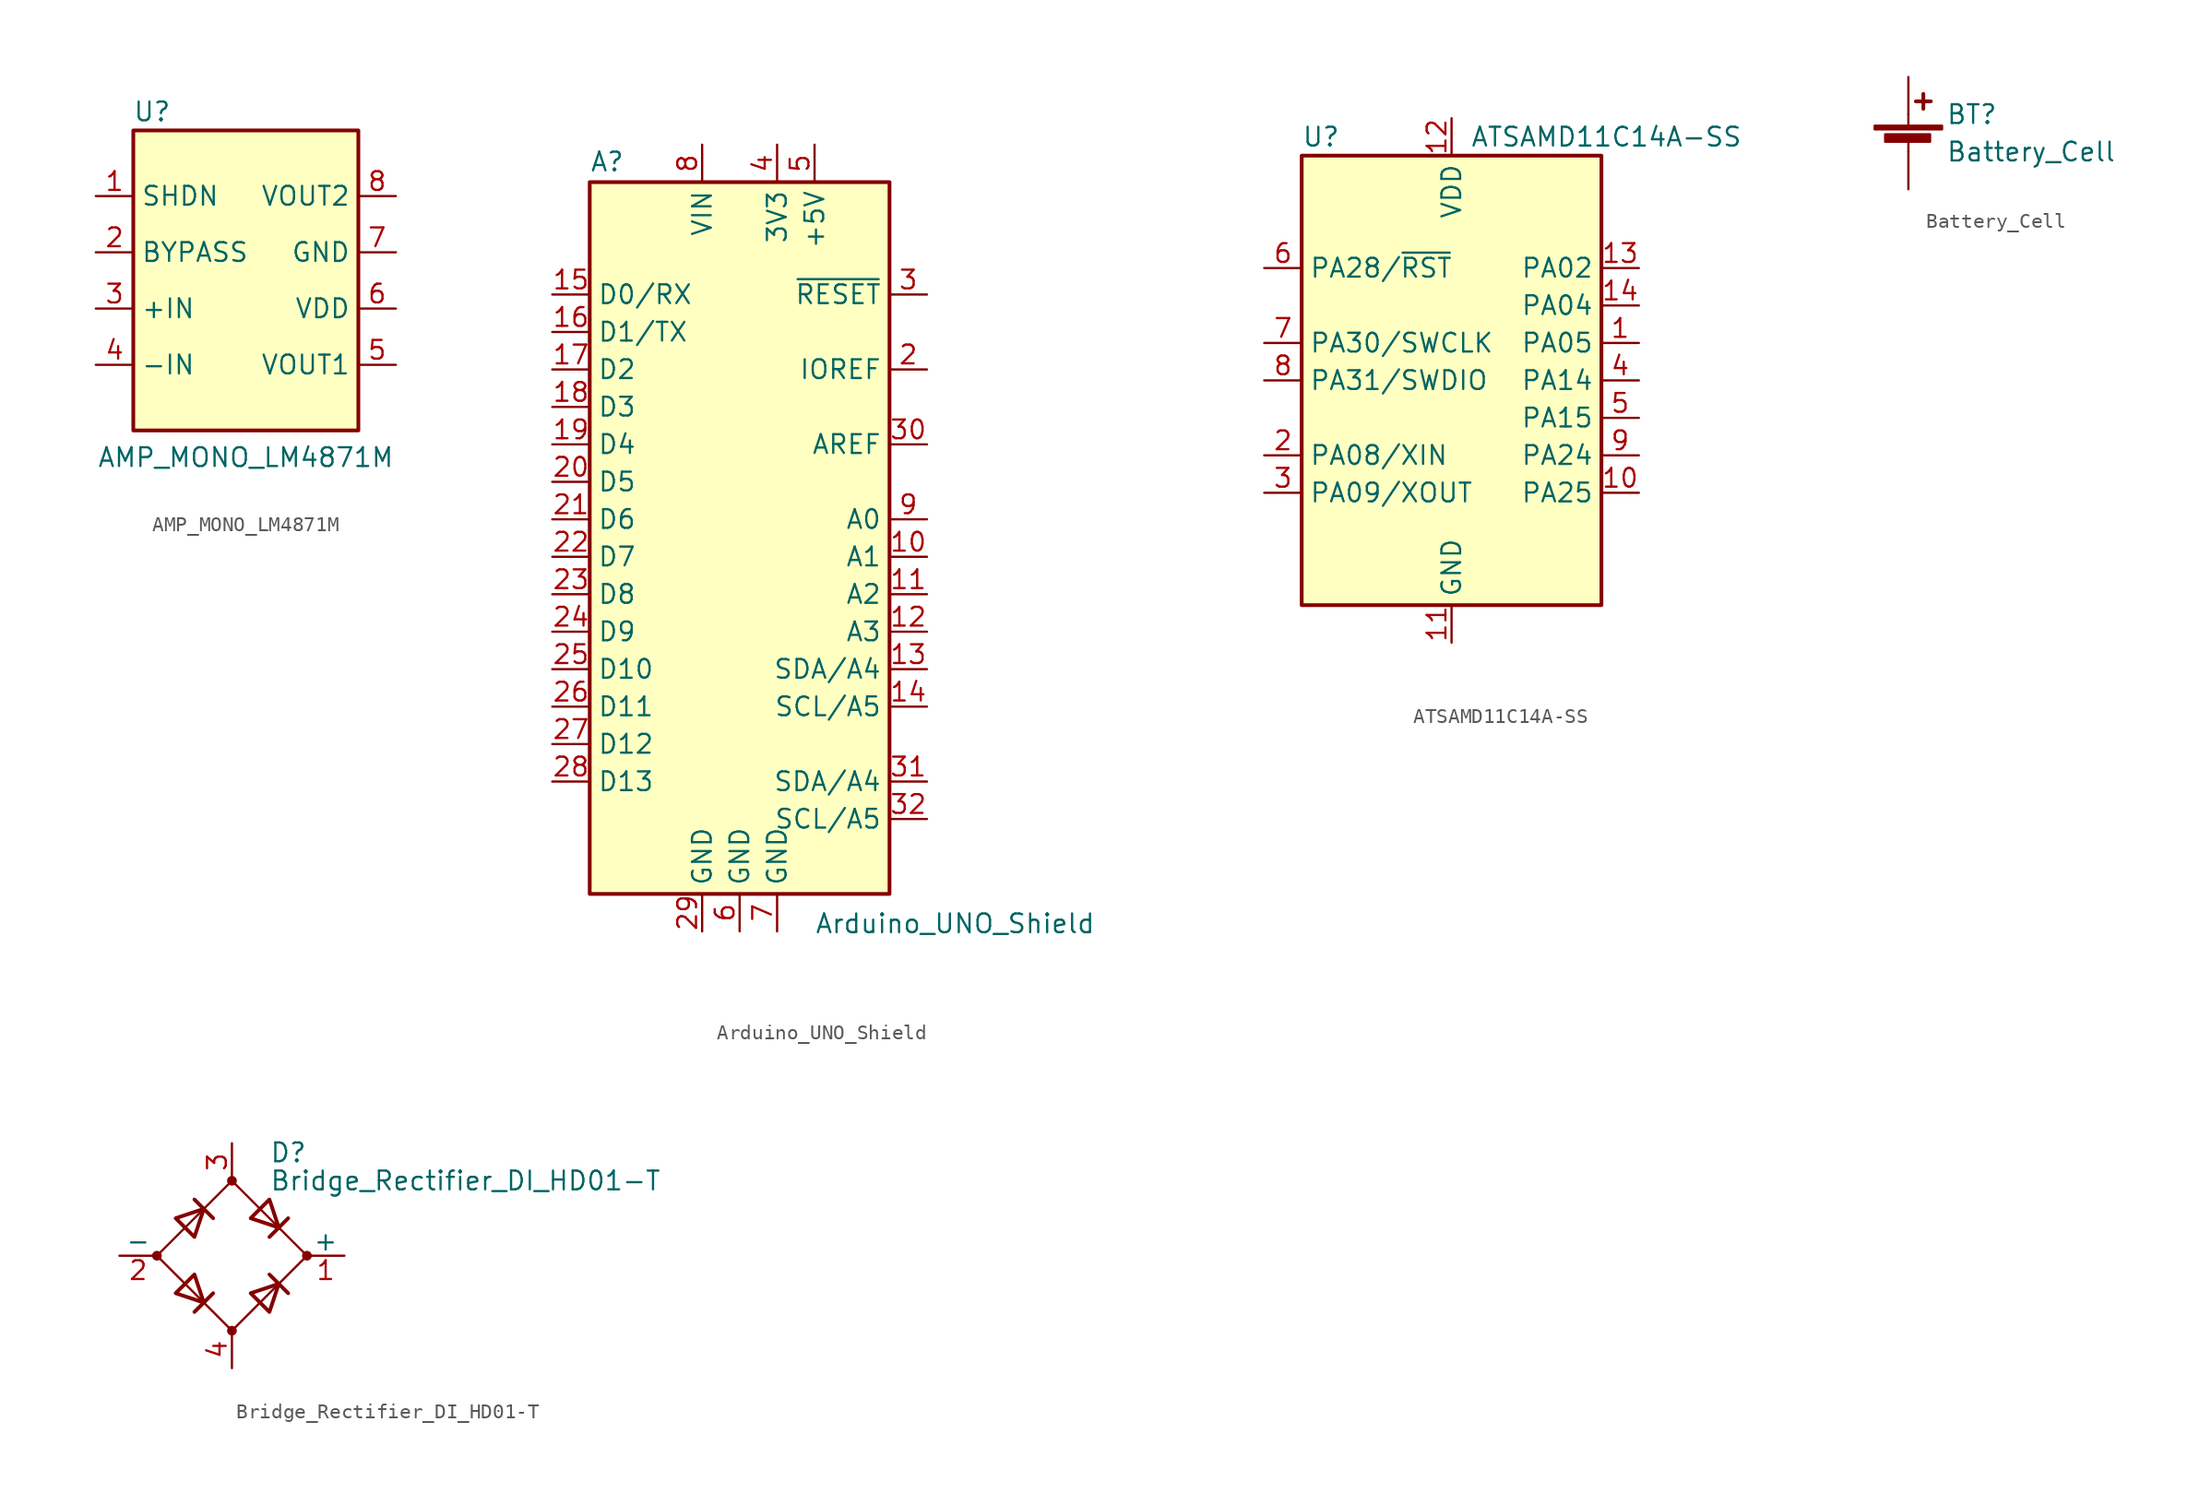
<source format=kicad_sym>
(kicad_symbol_lib
  (version 20220914)
  (generator kicad_symbol_editor)
  (symbol "AMP_MONO_LM4871M"
    (property "Reference" "U"
      (at -6.35 11.43 0)
      (effects (font (size 1.27 1.27))))
    (property "Value" "AMP_MONO_LM4871M"
      (at 0 -11.989 0)
      (effects (font (size 1.27 1.27))))
    (symbol "AMP_MONO_LM4871M_0_1"
      (rectangle (start -7.62 10.16) (end 7.62 -10.16) (stroke (width 0.254) (type solid)) (fill (type background))))
    (symbol "AMP_MONO_LM4871M_1_1"
      (pin input line (at -10.16 5.715 0) (length 2.54) (name "SHDN" (effects (font (size 1.27 1.27)))) (number "1" (effects (font (size 1.27 1.27)))))
      (pin passive line (at -10.16 1.905 0) (length 2.54) (name "BYPASS" (effects (font (size 1.27 1.27)))) (number "2" (effects (font (size 1.27 1.27)))))
      (pin input line (at -10.16 -1.905 0) (length 2.54) (name "+IN" (effects (font (size 1.27 1.27)))) (number "3" (effects (font (size 1.27 1.27)))))
      (pin input line (at -10.16 -5.715 0) (length 2.54) (name "-IN" (effects (font (size 1.27 1.27)))) (number "4" (effects (font (size 1.27 1.27)))))
      (pin output line (at 10.16 -5.715 180) (length 2.54) (name "VOUT1" (effects (font (size 1.27 1.27)))) (number "5" (effects (font (size 1.27 1.27)))))
      (pin power_in line (at 10.16 -1.905 180) (length 2.54) (name "VDD" (effects (font (size 1.27 1.27)))) (number "6" (effects (font (size 1.27 1.27)))))
      (pin power_in line (at 10.16 1.905 180) (length 2.54) (name "GND" (effects (font (size 1.27 1.27)))) (number "7" (effects (font (size 1.27 1.27)))))
      (pin output line (at 10.16 5.715 180) (length 2.54) (name "VOUT2" (effects (font (size 1.27 1.27)))) (number "8" (effects (font (size 1.27 1.27)))))))
  (symbol "Arduino_UNO_Shield"
    (property "Reference" "A"
      (at -10.16 23.495 0)
      (effects (font (size 1.27 1.27)) (justify left bottom)))
    (property "Value" "Arduino_UNO_Shield"
      (at 5.08 -26.67 0)
      (effects (font (size 1.27 1.27)) (justify left top)))
    (symbol "Arduino_UNO_Shield_0_1"
      (rectangle (start -10.16 22.86) (end 10.16 -25.4) (stroke (width 0.254) (type solid)) (fill (type background))))
    (symbol "Arduino_UNO_Shield_1_1"
      (pin no_connect line (at -10.16 -20.32 0) (length 2.54) hide (name "NC" (effects (font (size 1.27 1.27)))) (number "1" (effects (font (size 1.27 1.27)))))
      (pin bidirectional line (at 12.7 -2.54 180) (length 2.54) (name "A1" (effects (font (size 1.27 1.27)))) (number "10" (effects (font (size 1.27 1.27)))))
      (pin bidirectional line (at 12.7 -5.08 180) (length 2.54) (name "A2" (effects (font (size 1.27 1.27)))) (number "11" (effects (font (size 1.27 1.27)))))
      (pin bidirectional line (at 12.7 -7.62 180) (length 2.54) (name "A3" (effects (font (size 1.27 1.27)))) (number "12" (effects (font (size 1.27 1.27)))))
      (pin bidirectional line (at 12.7 -10.16 180) (length 2.54) (name "SDA/A4" (effects (font (size 1.27 1.27)))) (number "13" (effects (font (size 1.27 1.27)))))
      (pin bidirectional line (at 12.7 -12.7 180) (length 2.54) (name "SCL/A5" (effects (font (size 1.27 1.27)))) (number "14" (effects (font (size 1.27 1.27)))))
      (pin bidirectional line (at -12.7 15.24 0) (length 2.54) (name "D0/RX" (effects (font (size 1.27 1.27)))) (number "15" (effects (font (size 1.27 1.27)))))
      (pin bidirectional line (at -12.7 12.7 0) (length 2.54) (name "D1/TX" (effects (font (size 1.27 1.27)))) (number "16" (effects (font (size 1.27 1.27)))))
      (pin bidirectional line (at -12.7 10.16 0) (length 2.54) (name "D2" (effects (font (size 1.27 1.27)))) (number "17" (effects (font (size 1.27 1.27)))))
      (pin bidirectional line (at -12.7 7.62 0) (length 2.54) (name "D3" (effects (font (size 1.27 1.27)))) (number "18" (effects (font (size 1.27 1.27)))))
      (pin bidirectional line (at -12.7 5.08 0) (length 2.54) (name "D4" (effects (font (size 1.27 1.27)))) (number "19" (effects (font (size 1.27 1.27)))))
      (pin output line (at 12.7 10.16 180) (length 2.54) (name "IOREF" (effects (font (size 1.27 1.27)))) (number "2" (effects (font (size 1.27 1.27)))))
      (pin bidirectional line (at -12.7 2.54 0) (length 2.54) (name "D5" (effects (font (size 1.27 1.27)))) (number "20" (effects (font (size 1.27 1.27)))))
      (pin bidirectional line (at -12.7 0 0) (length 2.54) (name "D6" (effects (font (size 1.27 1.27)))) (number "21" (effects (font (size 1.27 1.27)))))
      (pin bidirectional line (at -12.7 -2.54 0) (length 2.54) (name "D7" (effects (font (size 1.27 1.27)))) (number "22" (effects (font (size 1.27 1.27)))))
      (pin bidirectional line (at -12.7 -5.08 0) (length 2.54) (name "D8" (effects (font (size 1.27 1.27)))) (number "23" (effects (font (size 1.27 1.27)))))
      (pin bidirectional line (at -12.7 -7.62 0) (length 2.54) (name "D9" (effects (font (size 1.27 1.27)))) (number "24" (effects (font (size 1.27 1.27)))))
      (pin bidirectional line (at -12.7 -10.16 0) (length 2.54) (name "D10" (effects (font (size 1.27 1.27)))) (number "25" (effects (font (size 1.27 1.27)))))
      (pin bidirectional line (at -12.7 -12.7 0) (length 2.54) (name "D11" (effects (font (size 1.27 1.27)))) (number "26" (effects (font (size 1.27 1.27)))))
      (pin bidirectional line (at -12.7 -15.24 0) (length 2.54) (name "D12" (effects (font (size 1.27 1.27)))) (number "27" (effects (font (size 1.27 1.27)))))
      (pin bidirectional line (at -12.7 -17.78 0) (length 2.54) (name "D13" (effects (font (size 1.27 1.27)))) (number "28" (effects (font (size 1.27 1.27)))))
      (pin power_in line (at -2.54 -27.94 90) (length 2.54) (name "GND" (effects (font (size 1.27 1.27)))) (number "29" (effects (font (size 1.27 1.27)))))
      (pin input line (at 12.7 15.24 180) (length 2.54) (name "~{RESET}" (effects (font (size 1.27 1.27)))) (number "3" (effects (font (size 1.27 1.27)))))
      (pin input line (at 12.7 5.08 180) (length 2.54) (name "AREF" (effects (font (size 1.27 1.27)))) (number "30" (effects (font (size 1.27 1.27)))))
      (pin bidirectional line (at 12.7 -17.78 180) (length 2.54) (name "SDA/A4" (effects (font (size 1.27 1.27)))) (number "31" (effects (font (size 1.27 1.27)))))
      (pin bidirectional line (at 12.7 -20.32 180) (length 2.54) (name "SCL/A5" (effects (font (size 1.27 1.27)))) (number "32" (effects (font (size 1.27 1.27)))))
      (pin power_out line (at 2.54 25.4 270) (length 2.54) (name "3V3" (effects (font (size 1.27 1.27)))) (number "4" (effects (font (size 1.27 1.27)))))
      (pin power_out line (at 5.08 25.4 270) (length 2.54) (name "+5V" (effects (font (size 1.27 1.27)))) (number "5" (effects (font (size 1.27 1.27)))))
      (pin power_in line (at 0 -27.94 90) (length 2.54) (name "GND" (effects (font (size 1.27 1.27)))) (number "6" (effects (font (size 1.27 1.27)))))
      (pin power_in line (at 2.54 -27.94 90) (length 2.54) (name "GND" (effects (font (size 1.27 1.27)))) (number "7" (effects (font (size 1.27 1.27)))))
      (pin power_in line (at -2.54 25.4 270) (length 2.54) (name "VIN" (effects (font (size 1.27 1.27)))) (number "8" (effects (font (size 1.27 1.27)))))
      (pin bidirectional line (at 12.7 0 180) (length 2.54) (name "A0" (effects (font (size 1.27 1.27)))) (number "9" (effects (font (size 1.27 1.27)))))))
  (symbol "ATSAMD11C14A-SS"
    (property "Reference" "U"
      (at -10.16 16.51 0)
      (effects (font (size 1.27 1.27)) (justify left)))
    (property "Value" "ATSAMD11C14A-SS"
      (at 1.27 16.51 0)
      (effects (font (size 1.27 1.27)) (justify left)))
    (symbol "ATSAMD11C14A-SS_0_1"
      (rectangle (start -10.16 15.24) (end 10.16 -15.24) (stroke (width 0.254) (type solid)) (fill (type background))))
    (symbol "ATSAMD11C14A-SS_1_1"
      (pin bidirectional line (at 12.7 2.54 180) (length 2.54) (name "PA05" (effects (font (size 1.27 1.27)))) (number "1" (effects (font (size 1.27 1.27)))))
      (pin bidirectional line (at 12.7 -7.62 180) (length 2.54) (name "PA25" (effects (font (size 1.27 1.27)))) (number "10" (effects (font (size 1.27 1.27)))))
      (pin power_in line (at 0 -17.78 90) (length 2.54) (name "GND" (effects (font (size 1.27 1.27)))) (number "11" (effects (font (size 1.27 1.27)))))
      (pin power_in line (at 0 17.78 270) (length 2.54) (name "VDD" (effects (font (size 1.27 1.27)))) (number "12" (effects (font (size 1.27 1.27)))))
      (pin bidirectional line (at 12.7 7.62 180) (length 2.54) (name "PA02" (effects (font (size 1.27 1.27)))) (number "13" (effects (font (size 1.27 1.27)))))
      (pin bidirectional line (at 12.7 5.08 180) (length 2.54) (name "PA04" (effects (font (size 1.27 1.27)))) (number "14" (effects (font (size 1.27 1.27)))))
      (pin bidirectional line (at -12.7 -5.08 0) (length 2.54) (name "PA08/XIN" (effects (font (size 1.27 1.27)))) (number "2" (effects (font (size 1.27 1.27)))))
      (pin bidirectional line (at -12.7 -7.62 0) (length 2.54) (name "PA09/XOUT" (effects (font (size 1.27 1.27)))) (number "3" (effects (font (size 1.27 1.27)))))
      (pin bidirectional line (at 12.7 0 180) (length 2.54) (name "PA14" (effects (font (size 1.27 1.27)))) (number "4" (effects (font (size 1.27 1.27)))))
      (pin bidirectional line (at 12.7 -2.54 180) (length 2.54) (name "PA15" (effects (font (size 1.27 1.27)))) (number "5" (effects (font (size 1.27 1.27)))))
      (pin bidirectional line (at -12.7 7.62 0) (length 2.54) (name "PA28/~{RST}" (effects (font (size 1.27 1.27)))) (number "6" (effects (font (size 1.27 1.27)))))
      (pin bidirectional line (at -12.7 2.54 0) (length 2.54) (name "PA30/SWCLK" (effects (font (size 1.27 1.27)))) (number "7" (effects (font (size 1.27 1.27)))))
      (pin bidirectional line (at -12.7 0 0) (length 2.54) (name "PA31/SWDIO" (effects (font (size 1.27 1.27)))) (number "8" (effects (font (size 1.27 1.27)))))
      (pin bidirectional line (at 12.7 -5.08 180) (length 2.54) (name "PA24" (effects (font (size 1.27 1.27)))) (number "9" (effects (font (size 1.27 1.27)))))))
  (symbol "Battery_Cell"
    (pin_numbers hide)
    (pin_names
      (offset 0) hide)
    (property "Reference" "BT"
      (at 2.54 2.54 0)
      (effects (font (size 1.27 1.27)) (justify left)))
    (property "Value" "Battery_Cell"
      (at 2.54 0 0)
      (effects (font (size 1.27 1.27)) (justify left)))
    (symbol "Battery_Cell_0_1"
      (rectangle (start -2.286 1.778) (end 2.286 1.524) (stroke (width 0) (type solid)) (fill (type outline)))
      (rectangle (start -1.575 1.194) (end 1.473 0.686) (stroke (width 0) (type solid)) (fill (type outline)))
      (polyline (pts (xy 0 0.762) (xy 0 0)) (stroke (width 0) (type solid)) (fill (type none)))
      (polyline (pts (xy 0 1.778) (xy 0 2.54)) (stroke (width 0) (type solid)) (fill (type none)))
      (polyline (pts (xy 0.508 3.429) (xy 1.524 3.429)) (stroke (width 0.254) (type solid)) (fill (type none)))
      (polyline (pts (xy 1.016 3.937) (xy 1.016 2.921)) (stroke (width 0.254) (type solid)) (fill (type none))))
    (symbol "Battery_Cell_1_1"
      (pin passive line (at 0 5.08 270) (length 2.54) (name "+" (effects (font (size 1.27 1.27)))) (number "1" (effects (font (size 1.27 1.27)))))
      (pin passive line (at 0 -2.54 90) (length 2.54) (name "-" (effects (font (size 1.27 1.27)))) (number "2" (effects (font (size 1.27 1.27)))))))
  (symbol "Bridge_Rectifier_DI_HD01-T"
    (pin_names
      (offset 0))
    (property "Reference" "D"
      (at 2.54 6.985 0)
      (effects (font (size 1.27 1.27)) (justify left)))
    (property "Value" "Bridge_Rectifier_DI_HD01-T"
      (at 2.54 5.08 0)
      (effects (font (size 1.27 1.27)) (justify left)))
    (symbol "Bridge_Rectifier_DI_HD01-T_0_1"
      (circle (center -5.08 0) (radius 0.254) (stroke (width 0) (type solid)) (fill (type outline)))
      (circle (center 0 -5.08) (radius 0.254) (stroke (width 0) (type solid)) (fill (type outline)))
      (polyline (pts (xy -2.54 3.81) (xy -1.27 2.54)) (stroke (width 0.254) (type solid)) (fill (type none)))
      (polyline (pts (xy -1.27 -2.54) (xy -2.54 -3.81)) (stroke (width 0.254) (type solid)) (fill (type none)))
      (polyline (pts (xy 2.54 -1.27) (xy 3.81 -2.54)) (stroke (width 0.254) (type solid)) (fill (type none)))
      (polyline (pts (xy 2.54 1.27) (xy 3.81 2.54)) (stroke (width 0.254) (type solid)) (fill (type none)))
      (polyline (pts (xy -3.81 2.54) (xy -2.54 1.27) (xy -1.905 3.175) (xy -3.81 2.54)) (stroke (width 0.254) (type solid)) (fill (type none)))
      (polyline (pts (xy -2.54 -1.27) (xy -3.81 -2.54) (xy -1.905 -3.175) (xy -2.54 -1.27)) (stroke (width 0.254) (type solid)) (fill (type none)))
      (polyline (pts (xy 1.27 2.54) (xy 2.54 3.81) (xy 3.175 1.905) (xy 1.27 2.54)) (stroke (width 0.254) (type solid)) (fill (type none)))
      (polyline (pts (xy 3.175 -1.905) (xy 1.27 -2.54) (xy 2.54 -3.81) (xy 3.175 -1.905)) (stroke (width 0.254) (type solid)) (fill (type none)))
      (polyline (pts (xy -5.08 0) (xy 0 -5.08) (xy 5.08 0) (xy 0 5.08) (xy -5.08 0)) (stroke (width 0) (type solid)) (fill (type none)))
      (circle (center 0 5.08) (radius 0.254) (stroke (width 0) (type solid)) (fill (type outline)))
      (circle (center 5.08 0) (radius 0.254) (stroke (width 0) (type solid)) (fill (type outline))))
    (symbol "Bridge_Rectifier_DI_HD01-T_1_1"
      (pin passive line (at 7.62 0 180) (length 2.54) (name "+" (effects (font (size 1.27 1.27)))) (number "1" (effects (font (size 1.27 1.27)))))
      (pin passive line (at -7.62 0 0) (length 2.54) (name "-" (effects (font (size 1.27 1.27)))) (number "2" (effects (font (size 1.27 1.27)))))
      (pin passive line (at 0 7.62 270) (length 2.54) (name "~" (effects (font (size 1.27 1.27)))) (number "3" (effects (font (size 1.27 1.27)))))
      (pin passive line (at 0 -7.62 90) (length 2.54) (name "~" (effects (font (size 1.27 1.27)))) (number "4" (effects (font (size 1.27 1.27))))))))
</source>
